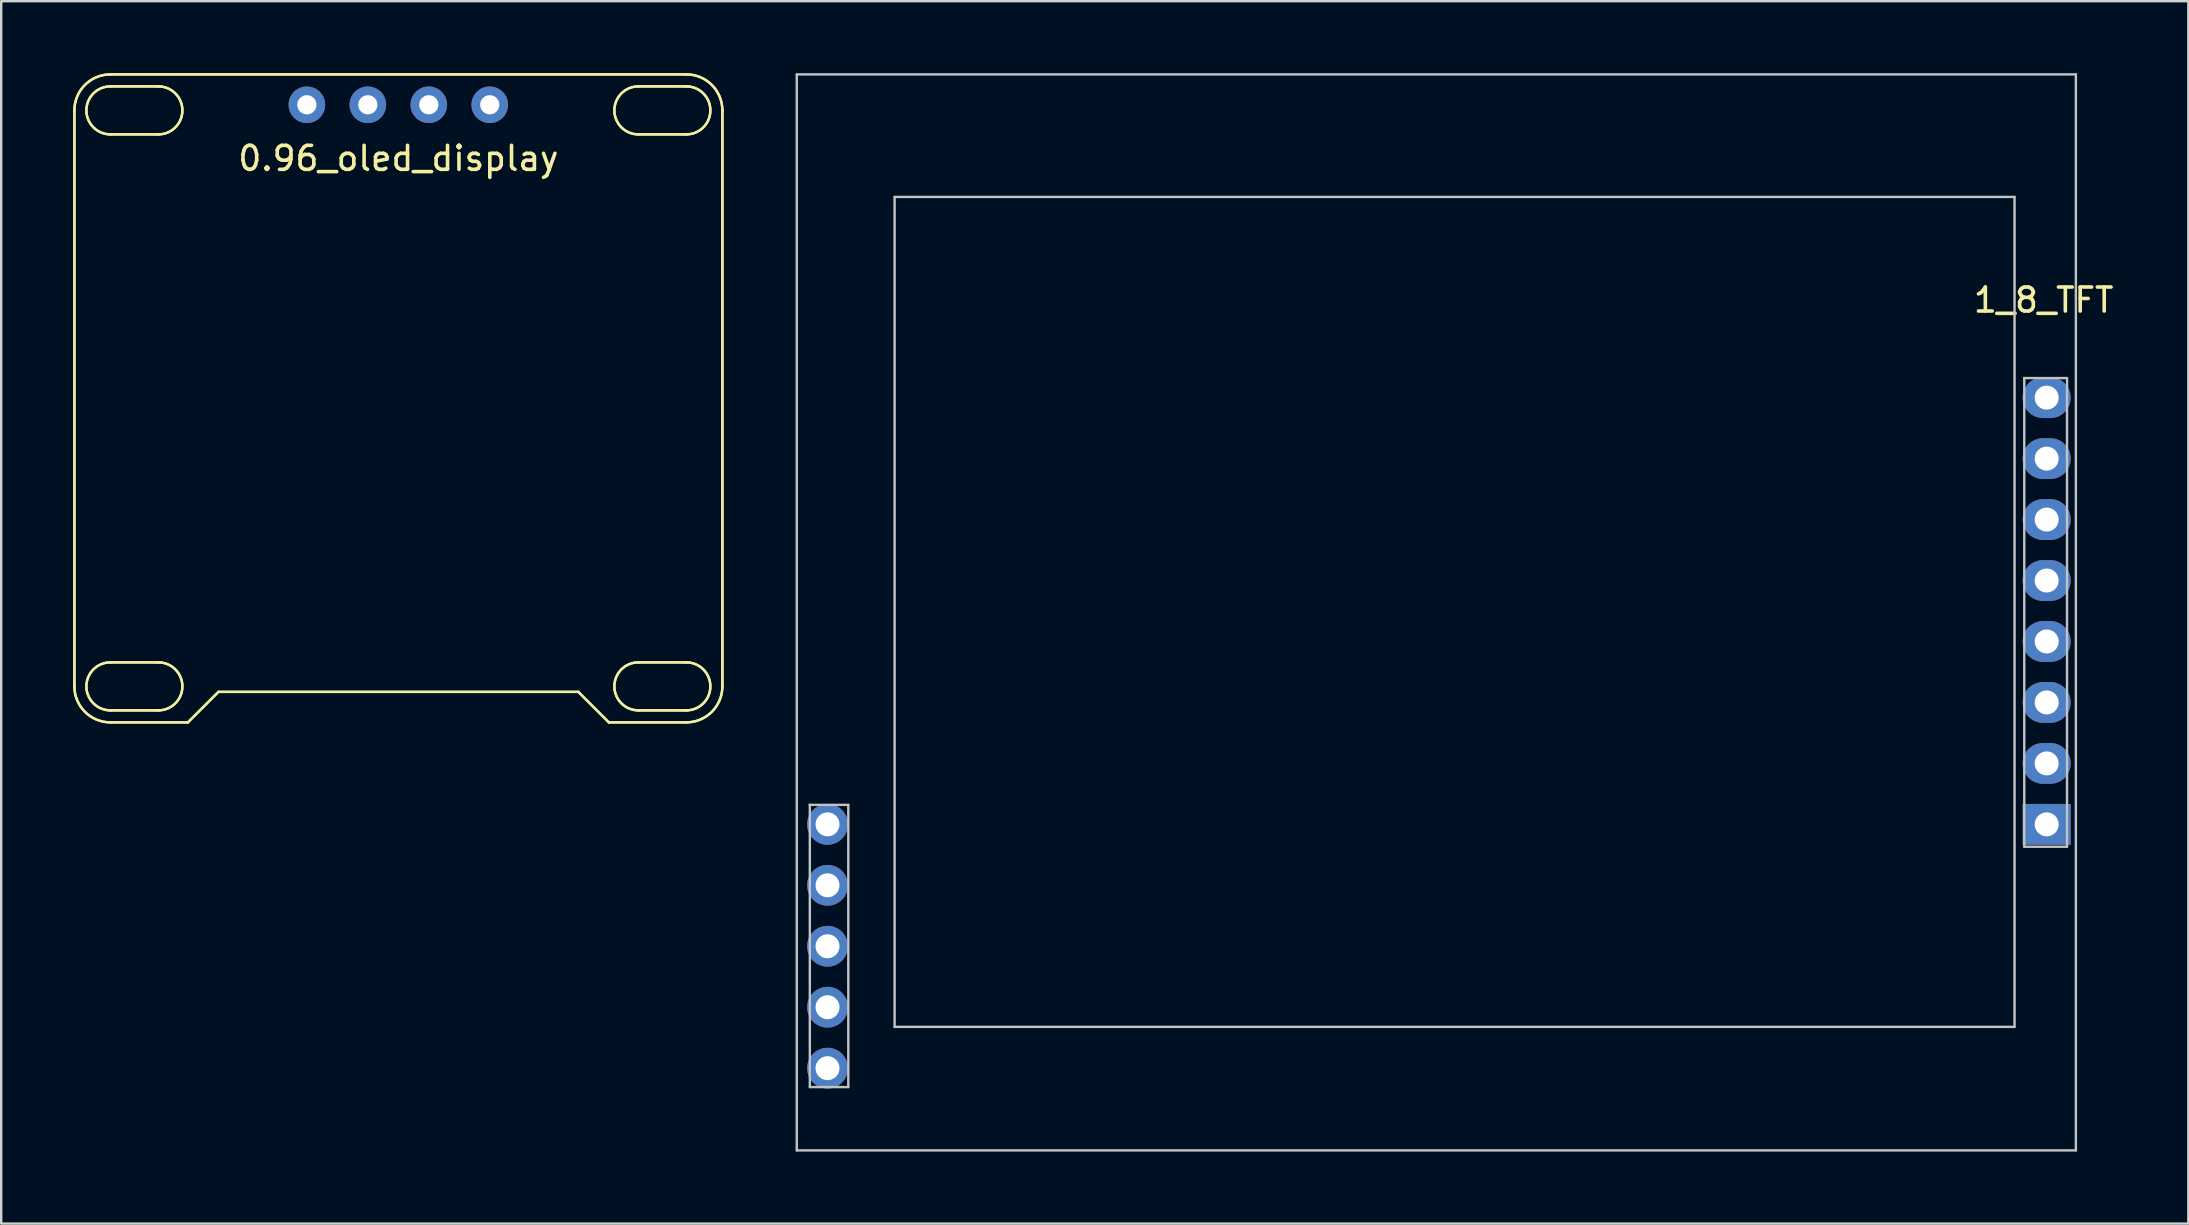
<source format=kicad_pcb>
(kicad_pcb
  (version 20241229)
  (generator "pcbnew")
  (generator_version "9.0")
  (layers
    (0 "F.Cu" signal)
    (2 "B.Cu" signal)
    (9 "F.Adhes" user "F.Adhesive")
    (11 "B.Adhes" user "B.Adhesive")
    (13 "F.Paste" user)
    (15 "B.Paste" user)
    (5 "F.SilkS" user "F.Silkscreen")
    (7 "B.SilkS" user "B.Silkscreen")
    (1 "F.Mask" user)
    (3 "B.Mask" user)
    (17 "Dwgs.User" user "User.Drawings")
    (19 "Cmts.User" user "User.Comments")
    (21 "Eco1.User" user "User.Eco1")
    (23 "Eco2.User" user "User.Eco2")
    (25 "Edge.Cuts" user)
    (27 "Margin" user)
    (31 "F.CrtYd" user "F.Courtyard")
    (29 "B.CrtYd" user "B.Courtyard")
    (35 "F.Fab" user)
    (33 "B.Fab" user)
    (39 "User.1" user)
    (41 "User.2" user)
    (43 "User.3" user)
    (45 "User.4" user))
  (footprint "1_8_TFT"
    (layer "F.Cu")
    (at 55.561 22.409)
    (property "Reference" "1_8_TFT" (at 26.543 -12.954 0) (layer "F.SilkS") (effects (font (size 1 1) (thickness 0.15))))
    (attr through_hole)
    (fp_line (start -25.411 -22.359) (end 27.887 -22.359) (stroke (width 0.1) (type solid)) (layer "Dwgs.User"))
    (fp_line (start -25.411 22.476) (end -25.411 -22.359) (stroke (width 0.1) (type solid)) (layer "Dwgs.User"))
    (fp_line (start -24.867 8.077) (end -24.867 8.077) (stroke (width 0.1) (type solid)) (layer "Dwgs.User"))
    (fp_line (start -24.867 8.077) (end -23.264 8.077) (stroke (width 0.1) (type solid)) (layer "Dwgs.User"))
    (fp_line (start -24.867 19.837) (end -24.867 8.077) (stroke (width 0.1) (type solid)) (layer "Dwgs.User"))
    (fp_line (start -23.264 8.077) (end -23.264 19.837) (stroke (width 0.1) (type solid)) (layer "Dwgs.User"))
    (fp_line (start -23.264 19.837) (end -24.867 19.837) (stroke (width 0.1) (type solid)) (layer "Dwgs.User"))
    (fp_line (start -21.335 -17.253) (end 25.331 -17.253) (stroke (width 0.1) (type solid)) (layer "Dwgs.User"))
    (fp_line (start -21.335 17.328) (end -21.335 -17.253) (stroke (width 0.1) (type solid)) (layer "Dwgs.User"))
    (fp_line (start 25.331 -17.253) (end 25.331 17.328) (stroke (width 0.1) (type solid)) (layer "Dwgs.User"))
    (fp_line (start 25.331 17.328) (end -21.335 17.328) (stroke (width 0.1) (type solid)) (layer "Dwgs.User"))
    (fp_line (start 25.736 -9.705) (end 25.736 -9.705) (stroke (width 0.1) (type solid)) (layer "Dwgs.User"))
    (fp_line (start 25.736 -9.705) (end 27.518 -9.705) (stroke (width 0.1) (type solid)) (layer "Dwgs.User"))
    (fp_line (start 25.736 9.823) (end 25.736 -9.705) (stroke (width 0.1) (type solid)) (layer "Dwgs.User"))
    (fp_line (start 27.518 -9.705) (end 27.518 9.823) (stroke (width 0.1) (type solid)) (layer "Dwgs.User"))
    (fp_line (start 27.518 9.823) (end 25.736 9.823) (stroke (width 0.1) (type solid)) (layer "Dwgs.User"))
    (fp_line (start 27.887 -22.359) (end 27.887 22.476) (stroke (width 0.1) (type solid)) (layer "Dwgs.User"))
    (fp_line (start 27.887 22.476) (end -25.411 22.476) (stroke (width 0.1) (type solid)) (layer "Dwgs.User"))
    (pad "1" thru_hole oval (at 26.67 -8.89) (size 2 1.7) (drill 1) (layers "*.Cu" "*.Mask"))
    (pad "2" thru_hole oval (at 26.67 -6.35) (size 2 1.7) (drill 1) (layers "*.Cu" "*.Mask"))
    (pad "3" thru_hole oval (at 26.67 -3.81) (size 2 1.7) (drill 1) (layers "*.Cu" "*.Mask"))
    (pad "4" thru_hole oval (at 26.67 -1.27) (size 2 1.7) (drill 1) (layers "*.Cu" "*.Mask"))
    (pad "5" thru_hole oval (at 26.67 1.27) (size 2 1.7) (drill 1) (layers "*.Cu" "*.Mask"))
    (pad "6" thru_hole oval (at 26.67 3.81) (size 2 1.7) (drill 1) (layers "*.Cu" "*.Mask"))
    (pad "7" thru_hole oval (at 26.67 6.35) (size 2 1.7) (drill 1) (layers "*.Cu" "*.Mask"))
    (pad "8" thru_hole rect (at 26.67 8.89) (size 2 1.7) (drill 1) (layers "*.Cu" "*.Mask"))
    (pad "9" thru_hole circle (at -24.13 8.89) (size 1.7 1.7) (drill 1) (layers "*.Cu" "*.Mask"))
    (pad "10" thru_hole circle (at -24.13 11.43) (size 1.7 1.7) (drill 1) (layers "*.Cu" "*.Mask"))
    (pad "11" thru_hole circle (at -24.13 13.97) (size 1.7 1.7) (drill 1) (layers "*.Cu" "*.Mask"))
    (pad "12" thru_hole circle (at -24.13 16.51) (size 1.7 1.7) (drill 1) (layers "*.Cu" "*.Mask"))
    (pad "13" thru_hole circle (at -24.13 19.05) (size 1.7 1.7) (drill 1) (layers "*.Cu" "*.Mask")))
  (footprint "0.96_oled_display"
    (layer "F.Cu")
    (at 12.277 1.316)
    (property "Reference" "0.96_oled_display" (at 1.273 2.234 0) (layer "F.SilkS") (effects (font (size 1 1) (thickness 0.15))))
    (attr through_hole)
    (fp_line (start -12.227 0.234) (end -12.227 24.234) (stroke (width 0.1) (type solid)) (layer "F.SilkS"))
    (fp_line (start -12.227 24.234) (end -12.227 0.234) (stroke (width 0.1) (type solid)) (layer "F.SilkS"))
    (fp_line (start -10.727 -1.266) (end 13.273 -1.266) (stroke (width 0.1) (type solid)) (layer "F.SilkS"))
    (fp_line (start -10.727 -0.766) (end -8.727 -0.766) (stroke (width 0.1) (type solid)) (layer "F.SilkS"))
    (fp_line (start -10.727 -0.766) (end -8.727 -0.766) (stroke (width 0.1) (type solid)) (layer "F.SilkS"))
    (fp_line (start -10.727 23.234) (end -8.727 23.234) (stroke (width 0.1) (type solid)) (layer "F.SilkS"))
    (fp_line (start -10.727 23.234) (end -8.727 23.234) (stroke (width 0.1) (type solid)) (layer "F.SilkS"))
    (fp_line (start -10.727 25.734) (end -7.497 25.734) (stroke (width 0.1) (type solid)) (layer "F.SilkS"))
    (fp_line (start -8.727 1.234) (end -10.727 1.234) (stroke (width 0.1) (type solid)) (layer "F.SilkS"))
    (fp_line (start -8.727 1.234) (end -10.727 1.234) (stroke (width 0.1) (type solid)) (layer "F.SilkS"))
    (fp_line (start -8.727 25.234) (end -10.727 25.234) (stroke (width 0.1) (type solid)) (layer "F.SilkS"))
    (fp_line (start -8.727 25.234) (end -10.727 25.234) (stroke (width 0.1) (type solid)) (layer "F.SilkS"))
    (fp_line (start -7.497 25.734) (end -10.727 25.734) (stroke (width 0.1) (type solid)) (layer "F.SilkS"))
    (fp_line (start -7.497 25.734) (end -6.227 24.464) (stroke (width 0.1) (type solid)) (layer "F.SilkS"))
    (fp_line (start -6.227 24.464) (end -7.497 25.734) (stroke (width 0.1) (type solid)) (layer "F.SilkS"))
    (fp_line (start -6.227 24.464) (end 8.773 24.464) (stroke (width 0.1) (type solid)) (layer "F.SilkS"))
    (fp_line (start 8.773 24.464) (end -6.227 24.464) (stroke (width 0.1) (type solid)) (layer "F.SilkS"))
    (fp_line (start 8.773 24.464) (end 10.043 25.734) (stroke (width 0.1) (type solid)) (layer "F.SilkS"))
    (fp_line (start 10.043 25.734) (end 8.773 24.464) (stroke (width 0.1) (type solid)) (layer "F.SilkS"))
    (fp_line (start 10.043 25.734) (end 13.273 25.734) (stroke (width 0.1) (type solid)) (layer "F.SilkS"))
    (fp_line (start 11.273 -0.766) (end 13.273 -0.766) (stroke (width 0.1) (type solid)) (layer "F.SilkS"))
    (fp_line (start 11.273 -0.766) (end 13.273 -0.766) (stroke (width 0.1) (type solid)) (layer "F.SilkS"))
    (fp_line (start 11.273 23.234) (end 13.273 23.234) (stroke (width 0.1) (type solid)) (layer "F.SilkS"))
    (fp_line (start 11.273 23.234) (end 13.273 23.234) (stroke (width 0.1) (type solid)) (layer "F.SilkS"))
    (fp_line (start 13.273 -1.266) (end -10.727 -1.266) (stroke (width 0.1) (type solid)) (layer "F.SilkS"))
    (fp_line (start 13.273 1.234) (end 11.273 1.234) (stroke (width 0.1) (type solid)) (layer "F.SilkS"))
    (fp_line (start 13.273 1.234) (end 11.273 1.234) (stroke (width 0.1) (type solid)) (layer "F.SilkS"))
    (fp_line (start 13.273 25.234) (end 11.273 25.234) (stroke (width 0.1) (type solid)) (layer "F.SilkS"))
    (fp_line (start 13.273 25.234) (end 11.273 25.234) (stroke (width 0.1) (type solid)) (layer "F.SilkS"))
    (fp_line (start 13.273 25.734) (end 10.043 25.734) (stroke (width 0.1) (type solid)) (layer "F.SilkS"))
    (fp_line (start 14.773 0.234) (end 14.773 24.234) (stroke (width 0.1) (type solid)) (layer "F.SilkS"))
    (fp_line (start 14.773 24.234) (end 14.773 0.234) (stroke (width 0.1) (type solid)) (layer "F.SilkS"))
    (fp_arc (start -12.22746 0.23368) (mid -11.78812 -0.82698) (end -10.72746 -1.26632) (stroke (width 0.1) (type solid)) (layer "F.SilkS"))
    (fp_arc (start -12.22746 0.23368) (mid -11.78812 -0.82698) (end -10.72746 -1.26632) (stroke (width 0.1) (type solid)) (layer "F.SilkS"))
    (fp_arc (start -10.72746 1.23368) (mid -11.72746 0.23368) (end -10.72746 -0.76632) (stroke (width 0.1) (type solid)) (layer "F.SilkS"))
    (fp_arc (start -10.72746 1.23368) (mid -11.72746 0.23368) (end -10.72746 -0.76632) (stroke (width 0.1) (type solid)) (layer "F.SilkS"))
    (fp_arc (start -10.72746 25.23368) (mid -11.72746 24.23368) (end -10.72746 23.23368) (stroke (width 0.1) (type solid)) (layer "F.SilkS"))
    (fp_arc (start -10.72746 25.23368) (mid -11.72746 24.23368) (end -10.72746 23.23368) (stroke (width 0.1) (type solid)) (layer "F.SilkS"))
    (fp_arc (start -10.72746 25.73368) (mid -11.78812 25.29434) (end -12.22746 24.23368) (stroke (width 0.1) (type solid)) (layer "F.SilkS"))
    (fp_arc (start -10.72746 25.73368) (mid -11.78812 25.29434) (end -12.22746 24.23368) (stroke (width 0.1) (type solid)) (layer "F.SilkS"))
    (fp_arc (start -8.72746 -0.76632) (mid -7.72746 0.23368) (end -8.72746 1.23368) (stroke (width 0.1) (type solid)) (layer "F.SilkS"))
    (fp_arc (start -8.72746 -0.76632) (mid -7.72746 0.23368) (end -8.72746 1.23368) (stroke (width 0.1) (type solid)) (layer "F.SilkS"))
    (fp_arc (start -8.72746 23.23368) (mid -7.72746 24.23368) (end -8.72746 25.23368) (stroke (width 0.1) (type solid)) (layer "F.SilkS"))
    (fp_arc (start -8.72746 23.23368) (mid -7.72746 24.23368) (end -8.72746 25.23368) (stroke (width 0.1) (type solid)) (layer "F.SilkS"))
    (fp_arc (start 11.27254 1.23368) (mid 10.27254 0.23368) (end 11.27254 -0.76632) (stroke (width 0.1) (type solid)) (layer "F.SilkS"))
    (fp_arc (start 11.27254 1.23368) (mid 10.27254 0.23368) (end 11.27254 -0.76632) (stroke (width 0.1) (type solid)) (layer "F.SilkS"))
    (fp_arc (start 11.27254 25.23368) (mid 10.27254 24.23368) (end 11.27254 23.23368) (stroke (width 0.1) (type solid)) (layer "F.SilkS"))
    (fp_arc (start 11.27254 25.23368) (mid 10.27254 24.23368) (end 11.27254 23.23368) (stroke (width 0.1) (type solid)) (layer "F.SilkS"))
    (fp_arc (start 13.27254 -1.26632) (mid 14.3332 -0.82698) (end 14.77254 0.23368) (stroke (width 0.1) (type solid)) (layer "F.SilkS"))
    (fp_arc (start 13.27254 -1.26632) (mid 14.3332 -0.82698) (end 14.77254 0.23368) (stroke (width 0.1) (type solid)) (layer "F.SilkS"))
    (fp_arc (start 13.27254 -0.76632) (mid 14.27254 0.23368) (end 13.27254 1.23368) (stroke (width 0.1) (type solid)) (layer "F.SilkS"))
    (fp_arc (start 13.27254 -0.76632) (mid 14.27254 0.23368) (end 13.27254 1.23368) (stroke (width 0.1) (type solid)) (layer "F.SilkS"))
    (fp_arc (start 13.27254 23.23368) (mid 14.27254 24.23368) (end 13.27254 25.23368) (stroke (width 0.1) (type solid)) (layer "F.SilkS"))
    (fp_arc (start 13.27254 23.23368) (mid 14.27254 24.23368) (end 13.27254 25.23368) (stroke (width 0.1) (type solid)) (layer "F.SilkS"))
    (fp_arc (start 14.77254 24.23368) (mid 14.3332 25.29434) (end 13.27254 25.73368) (stroke (width 0.1) (type solid)) (layer "F.SilkS"))
    (fp_arc (start 14.77254 24.23368) (mid 14.3332 25.29434) (end 13.27254 25.73368) (stroke (width 0.1) (type solid)) (layer "F.SilkS"))
    (fp_circle (center -2.537 0.004) (end -2.437 0.004) (stroke (width 0.1) (type solid)) (fill no) (layer "F.SilkS"))
    (fp_circle (center -2.537 0.004) (end -2.437 0.004) (stroke (width 0.1) (type solid)) (fill no) (layer "F.SilkS"))
    (fp_circle (center 0.003 0.004) (end 0.103 0.004) (stroke (width 0.1) (type solid)) (fill no) (layer "F.SilkS"))
    (fp_circle (center 0.003 0.004) (end 0.103 0.004) (stroke (width 0.1) (type solid)) (fill no) (layer "F.SilkS"))
    (fp_circle (center 2.543 0.004) (end 2.643 0.004) (stroke (width 0.1) (type solid)) (fill no) (layer "F.SilkS"))
    (fp_circle (center 2.543 0.004) (end 2.643 0.004) (stroke (width 0.1) (type solid)) (fill no) (layer "F.SilkS"))
    (fp_circle (center 5.083 0.004) (end 5.183 0.004) (stroke (width 0.1) (type solid)) (fill no) (layer "F.SilkS"))
    (fp_circle (center 5.083 0.004) (end 5.183 0.004) (stroke (width 0.1) (type solid)) (fill no) (layer "F.SilkS"))
    (pad "1" thru_hole circle (at -2.54 0) (size 1.524 1.524) (drill 0.8) (layers "*.Cu" "*.Mask"))
    (pad "2" thru_hole circle (at 0 0) (size 1.524 1.524) (drill 0.8) (layers "*.Cu" "*.Mask"))
    (pad "3" thru_hole circle (at 2.54 0) (size 1.524 1.524) (drill 0.8) (layers "*.Cu" "*.Mask"))
    (pad "4" thru_hole circle (at 5.08 0) (size 1.524 1.524) (drill 0.8) (layers "*.Cu" "*.Mask")))
  (gr_rect
    (start -3 -3)
    (end 88.134 47.936)
    (stroke (width 0.1) (type default))
    (fill no)
    (layer "Edge.Cuts")))
</source>
